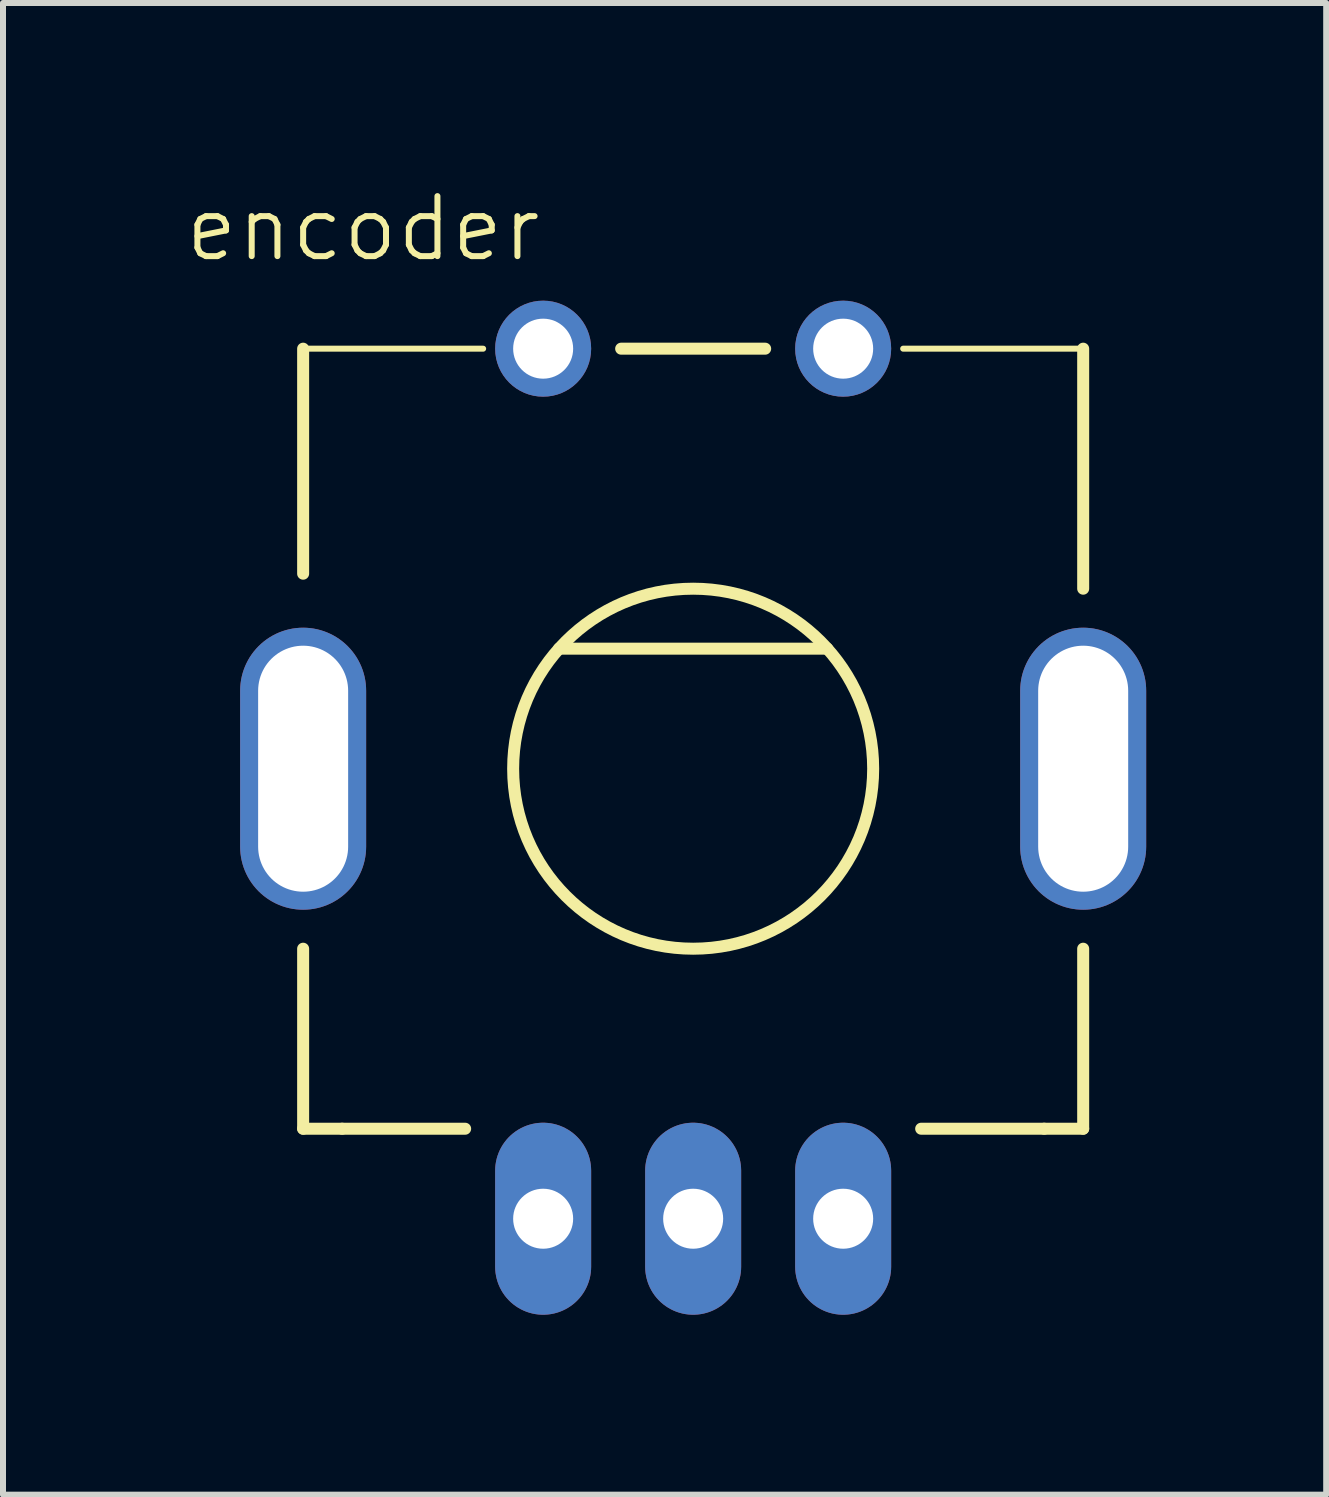
<source format=kicad_pcb>
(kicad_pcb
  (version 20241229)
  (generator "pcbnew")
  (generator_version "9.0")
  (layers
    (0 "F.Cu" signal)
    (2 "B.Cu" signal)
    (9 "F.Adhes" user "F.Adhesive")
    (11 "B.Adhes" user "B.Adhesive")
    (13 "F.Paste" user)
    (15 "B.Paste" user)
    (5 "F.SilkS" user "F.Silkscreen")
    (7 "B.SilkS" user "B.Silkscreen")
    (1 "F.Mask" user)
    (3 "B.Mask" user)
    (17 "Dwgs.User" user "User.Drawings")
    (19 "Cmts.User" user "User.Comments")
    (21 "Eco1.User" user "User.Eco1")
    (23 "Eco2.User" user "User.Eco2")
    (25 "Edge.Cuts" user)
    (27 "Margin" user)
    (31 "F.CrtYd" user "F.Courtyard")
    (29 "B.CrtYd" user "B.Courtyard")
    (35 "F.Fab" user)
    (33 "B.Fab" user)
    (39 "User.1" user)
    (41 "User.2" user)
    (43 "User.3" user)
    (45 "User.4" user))
  (footprint "encoder"
    (layer "F.Cu")
    (at 8.502 9.761)
    (property "Reference" "encoder" (at -5.5 -9 0) (unlocked yes) (layer "F.SilkS") (effects (font (size 1 1) (thickness 0.1))))
    (attr through_hole)
    (fp_line (start -6.5 -7) (end -6.5 -3.25) (stroke (width 0.2) (type solid)) (layer "F.SilkS"))
    (fp_line (start -6.5 -7) (end -3.5 -7) (stroke (width 0.1) (type default)) (layer "F.SilkS"))
    (fp_line (start -6.5 3) (end -6.5 6) (stroke (width 0.2) (type solid)) (layer "F.SilkS"))
    (fp_line (start -5.85 6) (end -6.5 6) (stroke (width 0.2) (type solid)) (layer "F.SilkS"))
    (fp_line (start -5.85 6) (end -3.8 6) (stroke (width 0.2) (type solid)) (layer "F.SilkS"))
    (fp_line (start -2.236 -2) (end 2.236 -2) (stroke (width 0.2) (type solid)) (layer "F.SilkS"))
    (fp_line (start -1.2 -7) (end 1.2 -7) (stroke (width 0.2) (type solid)) (layer "F.SilkS"))
    (fp_line (start 3.8 6) (end 5.85 6) (stroke (width 0.2) (type solid)) (layer "F.SilkS"))
    (fp_line (start 5.85 6) (end 6.5 6) (stroke (width 0.2) (type solid)) (layer "F.SilkS"))
    (fp_line (start 6.5 -7) (end 3.5 -7) (stroke (width 0.1) (type default)) (layer "F.SilkS"))
    (fp_line (start 6.5 -7) (end 6.5 -3) (stroke (width 0.2) (type solid)) (layer "F.SilkS"))
    (fp_line (start 6.5 3) (end 6.5 6) (stroke (width 0.2) (type solid)) (layer "F.SilkS"))
    (fp_circle (center 0 0) (end 3 0) (stroke (width 0.2) (type solid)) (fill no) (layer "F.SilkS"))
    (pad "" thru_hole oval (at -6.5 0) (size 2.1 4.7) (drill oval 1.5 4.1) (layers "*.Cu" "*.Mask"))
    (pad "" thru_hole circle (at -2.5 -7 270) (size 1.6 1.6) (drill 1) (layers "*.Cu" "*.Mask"))
    (pad "" thru_hole circle (at 2.5 -7 270) (size 1.6 1.6) (drill 1) (layers "*.Cu" "*.Mask"))
    (pad "" thru_hole oval (at 6.5 0) (size 2.1 4.7) (drill oval 1.5 4.1) (layers "*.Cu" "*.Mask"))
    (pad "1" thru_hole oval (at -2.5 7.5) (size 1.6 3.2) (drill 1) (layers "*.Cu" "*.Mask"))
    (pad "2" thru_hole oval (at 2.5 7.5) (size 1.6 3.2) (drill 1) (layers "*.Cu" "*.Mask"))
    (pad "3" thru_hole oval (at 0 7.5) (size 1.6 3.2) (drill 1) (layers "*.Cu" "*.Mask")))
  (gr_rect
    (start -3 -3)
    (end 19.052 21.86)
    (stroke (width 0.1) (type default))
    (fill no)
    (layer "Edge.Cuts")))
</source>
